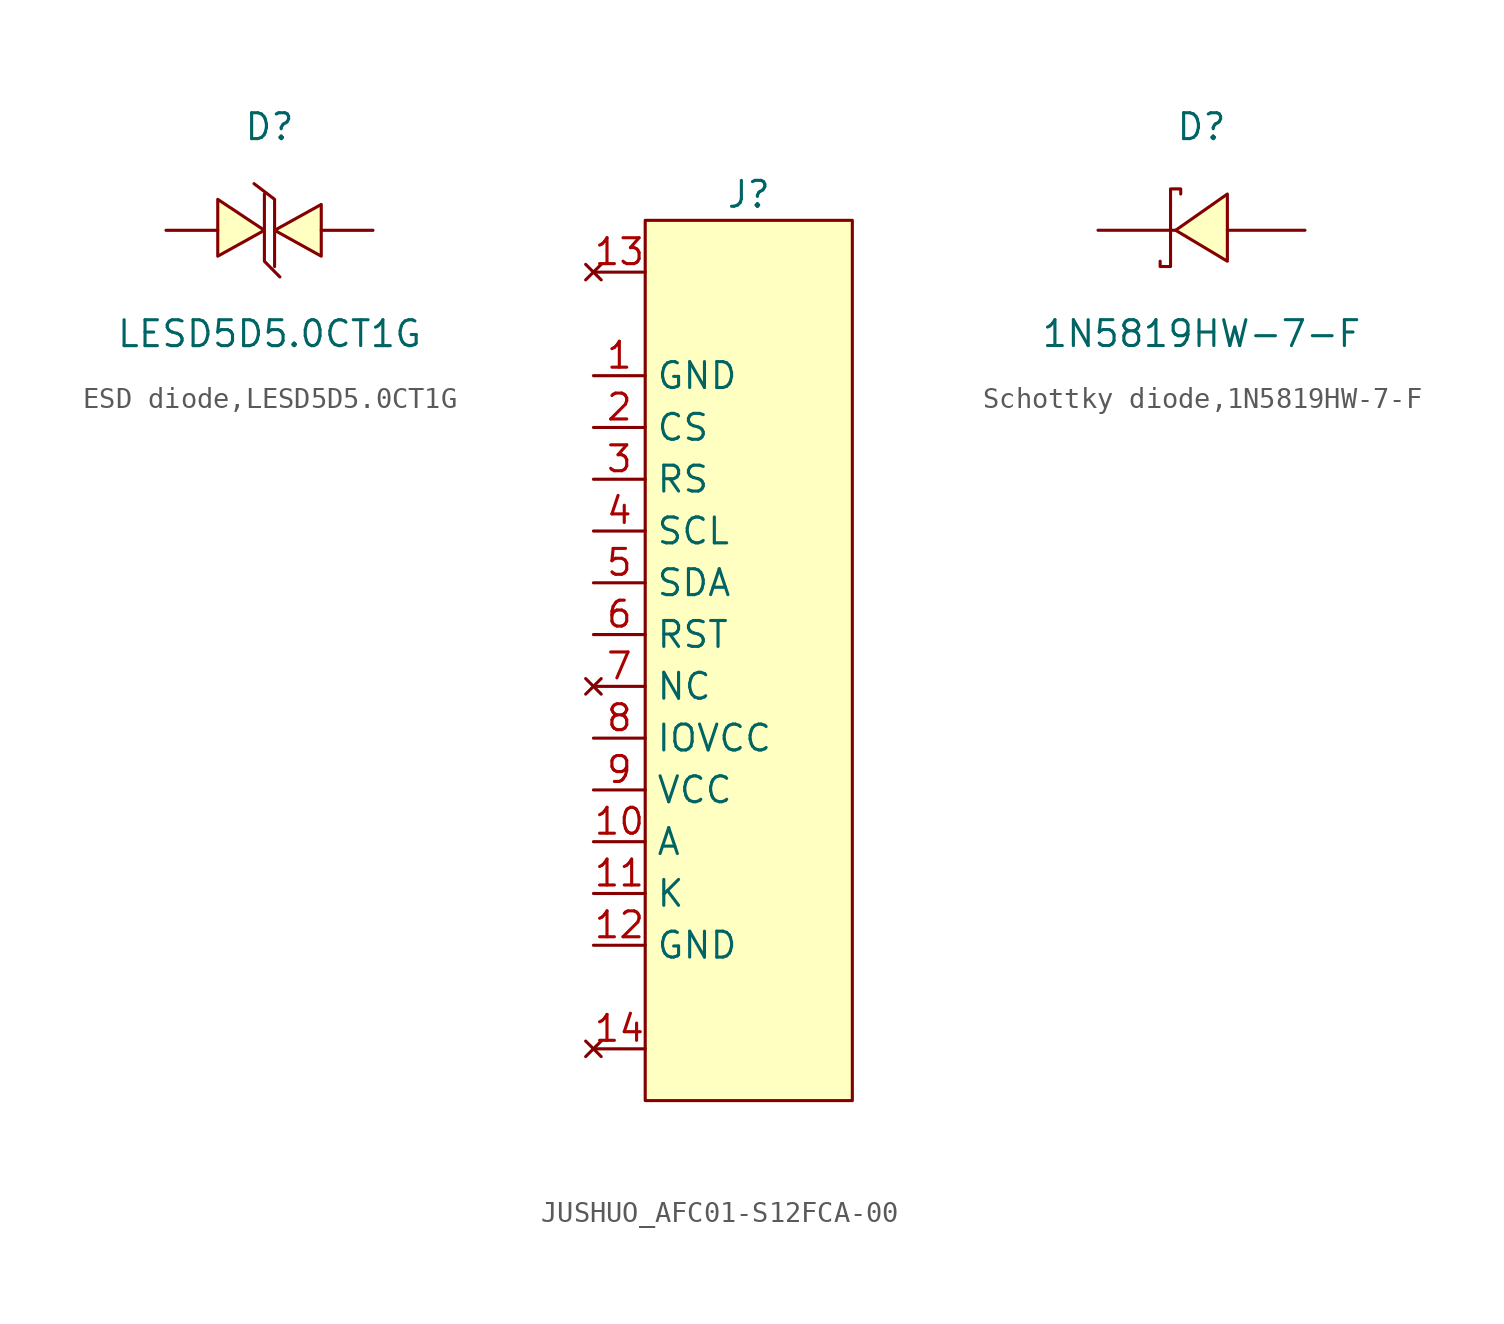
<source format=kicad_sym>
(kicad_symbol_lib
  (version 20241209)
  (generator "kicad_symbol_editor")
  (generator_version "9.0")
  (symbol "ESD diode,LESD5D5.0CT1G"
    (pin_numbers
      (hide yes))
    (pin_names
      (hide yes))
    (property "Reference" "D"
      (at 0 5.08 0)
      (effects (font (size 1.27 1.27))))
    (property "Value" "LESD5D5.0CT1G"
      (at 0 -5.08 0)
      (effects (font (size 1.27 1.27))))
    (symbol "ESD diode,LESD5D5.0CT1G_0_1"
      (polyline (pts (xy -2.54 1.52) (xy -0.25 0) (xy -2.54 -1.27) (xy -2.54 1.52)) (stroke (width 0) (type default)) (fill (type background)))
      (polyline (pts (xy -0.76 2.29) (xy -0.76 2.29) (xy 0.25 1.52) (xy 0.25 -1.52) (xy 0.25 -1.52) (xy 0.25 -1.78)) (stroke (width 0) (type default)) (fill (type none)))
      (polyline (pts (xy 0.25 -2.03) (xy 0.51 -2.29) (xy -0.25 -1.52) (xy -0.25 1.52) (xy -0.25 1.52) (xy -0.25 1.78)) (stroke (width 0) (type default)) (fill (type none)))
      (polyline (pts (xy 2.54 -1.27) (xy 0.25 0) (xy 2.54 1.27) (xy 2.54 -1.27)) (stroke (width 0) (type default)) (fill (type background)))
      (pin unspecified line (at -5.08 0 0) (length 2.54) (name "1" (effects (font (size 1.27 1.27)))) (number "1" (effects (font (size 1.27 1.27)))))
      (pin unspecified line (at 5.08 0 180) (length 2.54) (name "2" (effects (font (size 1.27 1.27)))) (number "2" (effects (font (size 1.27 1.27)))))))
  (symbol "JUSHUO_AFC01-S12FCA-00"
    (property "Reference" "J"
      (at 0 21.59 0)
      (effects (font (size 1.27 1.27))))
    (symbol "JUSHUO_AFC01-S12FCA-00_1_1"
      (rectangle (start -5.08 20.32) (end 5.08 -22.86) (stroke (width 0) (type solid)) (fill (type background)))
      (pin no_connect line (at -7.62 17.78 0) (length 2.54) (name "" (effects (font (size 1.27 1.27)))) (number "13" (effects (font (size 1.27 1.27)))))
      (pin bidirectional line (at -7.62 12.7 0) (length 2.54) (name "GND" (effects (font (size 1.27 1.27)))) (number "1" (effects (font (size 1.27 1.27)))))
      (pin bidirectional line (at -7.62 10.16 0) (length 2.54) (name "CS" (effects (font (size 1.27 1.27)))) (number "2" (effects (font (size 1.27 1.27)))))
      (pin bidirectional line (at -7.62 7.62 0) (length 2.54) (name "RS" (effects (font (size 1.27 1.27)))) (number "3" (effects (font (size 1.27 1.27)))))
      (pin bidirectional line (at -7.62 5.08 0) (length 2.54) (name "SCL" (effects (font (size 1.27 1.27)))) (number "4" (effects (font (size 1.27 1.27)))))
      (pin bidirectional line (at -7.62 2.54 0) (length 2.54) (name "SDA" (effects (font (size 1.27 1.27)))) (number "5" (effects (font (size 1.27 1.27)))))
      (pin bidirectional line (at -7.62 0 0) (length 2.54) (name "RST" (effects (font (size 1.27 1.27)))) (number "6" (effects (font (size 1.27 1.27)))))
      (pin no_connect line (at -7.62 -2.54 0) (length 2.54) (name "NC" (effects (font (size 1.27 1.27)))) (number "7" (effects (font (size 1.27 1.27)))))
      (pin bidirectional line (at -7.62 -5.08 0) (length 2.54) (name "IOVCC" (effects (font (size 1.27 1.27)))) (number "8" (effects (font (size 1.27 1.27)))))
      (pin bidirectional line (at -7.62 -7.62 0) (length 2.54) (name "VCC" (effects (font (size 1.27 1.27)))) (number "9" (effects (font (size 1.27 1.27)))))
      (pin bidirectional line (at -7.62 -10.16 0) (length 2.54) (name "A" (effects (font (size 1.27 1.27)))) (number "10" (effects (font (size 1.27 1.27)))))
      (pin bidirectional line (at -7.62 -12.7 0) (length 2.54) (name "K" (effects (font (size 1.27 1.27)))) (number "11" (effects (font (size 1.27 1.27)))))
      (pin bidirectional line (at -7.62 -15.24 0) (length 2.54) (name "GND" (effects (font (size 1.27 1.27)))) (number "12" (effects (font (size 1.27 1.27)))))
      (pin no_connect line (at -7.62 -20.32 0) (length 2.54) (name "" (effects (font (size 1.27 1.27)))) (number "14" (effects (font (size 1.27 1.27)))))))
  (symbol "Schottky diode,1N5819HW-7-F"
    (pin_numbers
      (hide yes))
    (pin_names
      (hide yes))
    (property "Reference" "D"
      (at 0 5.08 0)
      (effects (font (size 1.27 1.27))))
    (property "Value" "1N5819HW-7-F"
      (at 0 -5.08 0)
      (effects (font (size 1.27 1.27))))
    (symbol "Schottky diode,1N5819HW-7-F_0_1"
      (polyline (pts (xy -2.03 -1.52) (xy -2.03 -1.78) (xy -1.52 -1.78) (xy -1.52 2.03) (xy -1.02 2.03) (xy -1.02 1.78)) (stroke (width 0) (type default)) (fill (type none)))
      (polyline (pts (xy 1.27 -1.52) (xy -1.27 0) (xy 1.27 1.78) (xy 1.27 -1.52)) (stroke (width 0) (type default)) (fill (type background)))
      (pin unspecified line (at -5.08 0 0) (length 3.81) (name "K" (effects (font (size 1.27 1.27)))) (number "1" (effects (font (size 1.27 1.27)))))
      (pin unspecified line (at 5.08 0 180) (length 3.81) (name "A" (effects (font (size 1.27 1.27)))) (number "2" (effects (font (size 1.27 1.27))))))))
</source>
